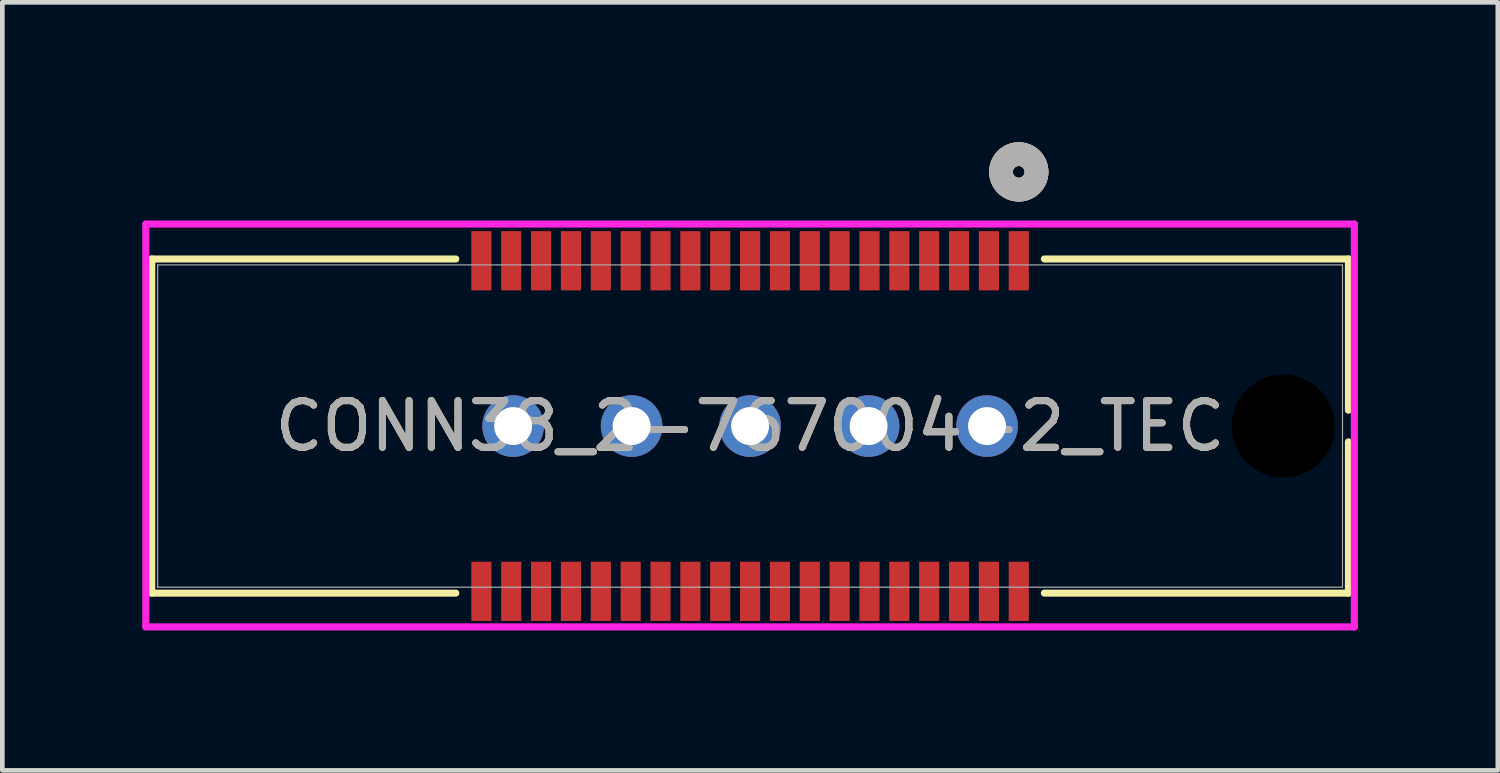
<source format=kicad_pcb>
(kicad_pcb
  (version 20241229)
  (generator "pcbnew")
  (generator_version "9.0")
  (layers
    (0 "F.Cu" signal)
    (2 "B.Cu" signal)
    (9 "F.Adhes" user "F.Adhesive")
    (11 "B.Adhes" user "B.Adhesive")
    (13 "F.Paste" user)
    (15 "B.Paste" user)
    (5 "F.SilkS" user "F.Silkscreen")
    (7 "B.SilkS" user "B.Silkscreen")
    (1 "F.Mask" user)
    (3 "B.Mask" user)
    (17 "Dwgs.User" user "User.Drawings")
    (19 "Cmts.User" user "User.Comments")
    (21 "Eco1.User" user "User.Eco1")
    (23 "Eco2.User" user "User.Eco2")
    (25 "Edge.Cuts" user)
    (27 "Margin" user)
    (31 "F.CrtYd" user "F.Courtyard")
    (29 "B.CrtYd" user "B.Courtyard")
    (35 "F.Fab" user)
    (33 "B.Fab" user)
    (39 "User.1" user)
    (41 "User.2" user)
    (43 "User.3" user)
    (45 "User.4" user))
  (footprint "CONN38_2-767004-2_TEC"
    (layer "F.Cu")
    (at 7.27 9.627)
    (property "Reference" "CONN38_2-767004-2_TEC" (at 5.76 -3.543 0) (unlocked yes) (layer "F.SilkS") (effects (font (size 1 1) (thickness 0.15))))
    (attr smd)
    (fp_line (start -7.067 -7.125) (end -7.067 0.038) (stroke (width 0.152) (type solid)) (layer "F.SilkS"))
    (fp_line (start -7.067 0.038) (end -0.549 0.038) (stroke (width 0.152) (type solid)) (layer "F.SilkS"))
    (fp_line (start -0.549 -7.125) (end -7.067 -7.125) (stroke (width 0.152) (type solid)) (layer "F.SilkS"))
    (fp_line (start 12.069 0.038) (end 18.587 0.038) (stroke (width 0.152) (type solid)) (layer "F.SilkS"))
    (fp_line (start 18.587 -7.125) (end 12.069 -7.125) (stroke (width 0.152) (type solid)) (layer "F.SilkS"))
    (fp_line (start 18.587 -3.883) (end 18.587 -7.125) (stroke (width 0.152) (type solid)) (layer "F.SilkS"))
    (fp_line (start 18.587 0.038) (end 18.587 -3.204) (stroke (width 0.152) (type solid)) (layer "F.SilkS"))
    (fp_circle (center 11.52 -8.992) (end 11.901 -8.992) (stroke (width 0.508) (type solid)) (fill no) (layer "F.SilkS"))
    (fp_circle (center 11.52 -8.992) (end 11.901 -8.992) (stroke (width 0.508) (type solid)) (fill no) (layer "B.SilkS"))
    (fp_line (start -7.194 -7.874) (end -7.194 0.762) (stroke (width 0.152) (type solid)) (layer "F.CrtYd"))
    (fp_line (start -7.194 0.762) (end 18.714 0.762) (stroke (width 0.152) (type solid)) (layer "F.CrtYd"))
    (fp_line (start 18.714 -7.874) (end -7.194 -7.874) (stroke (width 0.152) (type solid)) (layer "F.CrtYd"))
    (fp_line (start 18.714 0.762) (end 18.714 -7.874) (stroke (width 0.152) (type solid)) (layer "F.CrtYd"))
    (fp_line (start -6.94 -6.998) (end -6.94 -0.089) (stroke (width 0.025) (type solid)) (layer "F.Fab"))
    (fp_line (start -6.94 -0.089) (end 18.46 -0.089) (stroke (width 0.025) (type solid)) (layer "F.Fab"))
    (fp_line (start 18.46 -6.998) (end -6.94 -6.998) (stroke (width 0.025) (type solid)) (layer "F.Fab"))
    (fp_line (start 18.46 -0.089) (end 18.46 -6.998) (stroke (width 0.025) (type solid)) (layer "F.Fab"))
    (fp_circle (center 11.52 -8.992) (end 11.901 -8.992) (stroke (width 0.508) (type solid)) (fill no) (layer "F.Fab"))
    (fp_text user "${REFERENCE}" (at 5.76 -3.543 0) (unlocked yes) (layer "F.Fab") (effects (font (size 1 1) (thickness 0.15))))
    (pad "" np_thru_hole circle (at 17.19 -3.543) (size 2.21 2.21) (drill 2.21) (layers))
    (pad "1" smd rect (at 11.52 -7.087) (size 0.432 1.27) (layers "F.Cu" "F.Mask" "F.Paste"))
    (pad "2" smd rect (at 11.52 0) (size 0.432 1.27) (layers "F.Cu" "F.Mask" "F.Paste"))
    (pad "3" smd rect (at 10.88 -7.087) (size 0.432 1.27) (layers "F.Cu" "F.Mask" "F.Paste"))
    (pad "4" smd rect (at 10.88 0) (size 0.432 1.27) (layers "F.Cu" "F.Mask" "F.Paste"))
    (pad "5" smd rect (at 10.24 -7.087) (size 0.432 1.27) (layers "F.Cu" "F.Mask" "F.Paste"))
    (pad "6" smd rect (at 10.24 0) (size 0.432 1.27) (layers "F.Cu" "F.Mask" "F.Paste"))
    (pad "7" smd rect (at 9.6 -7.087) (size 0.432 1.27) (layers "F.Cu" "F.Mask" "F.Paste"))
    (pad "8" smd rect (at 9.6 0) (size 0.432 1.27) (layers "F.Cu" "F.Mask" "F.Paste"))
    (pad "9" smd rect (at 8.96 -7.087) (size 0.432 1.27) (layers "F.Cu" "F.Mask" "F.Paste"))
    (pad "10" smd rect (at 8.96 0) (size 0.432 1.27) (layers "F.Cu" "F.Mask" "F.Paste"))
    (pad "11" smd rect (at 8.32 -7.087) (size 0.432 1.27) (layers "F.Cu" "F.Mask" "F.Paste"))
    (pad "12" smd rect (at 8.32 0) (size 0.432 1.27) (layers "F.Cu" "F.Mask" "F.Paste"))
    (pad "13" smd rect (at 7.68 -7.087) (size 0.432 1.27) (layers "F.Cu" "F.Mask" "F.Paste"))
    (pad "14" smd rect (at 7.68 0) (size 0.432 1.27) (layers "F.Cu" "F.Mask" "F.Paste"))
    (pad "15" smd rect (at 7.04 -7.087) (size 0.432 1.27) (layers "F.Cu" "F.Mask" "F.Paste"))
    (pad "16" smd rect (at 7.04 0) (size 0.432 1.27) (layers "F.Cu" "F.Mask" "F.Paste"))
    (pad "17" smd rect (at 6.4 -7.087) (size 0.432 1.27) (layers "F.Cu" "F.Mask" "F.Paste"))
    (pad "18" smd rect (at 6.4 0) (size 0.432 1.27) (layers "F.Cu" "F.Mask" "F.Paste"))
    (pad "19" smd rect (at 5.76 -7.087) (size 0.432 1.27) (layers "F.Cu" "F.Mask" "F.Paste"))
    (pad "20" smd rect (at 5.76 0) (size 0.432 1.27) (layers "F.Cu" "F.Mask" "F.Paste"))
    (pad "21" smd rect (at 5.12 -7.087) (size 0.432 1.27) (layers "F.Cu" "F.Mask" "F.Paste"))
    (pad "22" smd rect (at 5.12 0) (size 0.432 1.27) (layers "F.Cu" "F.Mask" "F.Paste"))
    (pad "23" smd rect (at 4.48 -7.087) (size 0.432 1.27) (layers "F.Cu" "F.Mask" "F.Paste"))
    (pad "24" smd rect (at 4.48 0) (size 0.432 1.27) (layers "F.Cu" "F.Mask" "F.Paste"))
    (pad "25" smd rect (at 3.84 -7.087) (size 0.432 1.27) (layers "F.Cu" "F.Mask" "F.Paste"))
    (pad "26" smd rect (at 3.84 0) (size 0.432 1.27) (layers "F.Cu" "F.Mask" "F.Paste"))
    (pad "27" smd rect (at 3.2 -7.087) (size 0.432 1.27) (layers "F.Cu" "F.Mask" "F.Paste"))
    (pad "28" smd rect (at 3.2 0) (size 0.432 1.27) (layers "F.Cu" "F.Mask" "F.Paste"))
    (pad "29" smd rect (at 2.56 -7.087) (size 0.432 1.27) (layers "F.Cu" "F.Mask" "F.Paste"))
    (pad "30" smd rect (at 2.56 0) (size 0.432 1.27) (layers "F.Cu" "F.Mask" "F.Paste"))
    (pad "31" smd rect (at 1.92 -7.087) (size 0.432 1.27) (layers "F.Cu" "F.Mask" "F.Paste"))
    (pad "32" smd rect (at 1.92 0) (size 0.432 1.27) (layers "F.Cu" "F.Mask" "F.Paste"))
    (pad "33" smd rect (at 1.28 -7.087) (size 0.432 1.27) (layers "F.Cu" "F.Mask" "F.Paste"))
    (pad "34" smd rect (at 1.28 0) (size 0.432 1.27) (layers "F.Cu" "F.Mask" "F.Paste"))
    (pad "35" smd rect (at 0.64 -7.087) (size 0.432 1.27) (layers "F.Cu" "F.Mask" "F.Paste"))
    (pad "36" smd rect (at 0.64 0) (size 0.432 1.27) (layers "F.Cu" "F.Mask" "F.Paste"))
    (pad "37" smd rect (at 0.000001 -7.087) (size 0.432 1.27) (layers "F.Cu" "F.Mask" "F.Paste"))
    (pad "38" smd rect (at 0.000001 0) (size 0.432 1.27) (layers "F.Cu" "F.Mask" "F.Paste"))
    (pad "39" thru_hole circle (at 0.68 -3.543) (size 1.321 1.321) (drill 0.813) (layers "*.Cu" "*.Mask"))
    (pad "40" thru_hole circle (at 3.22 -3.543) (size 1.321 1.321) (drill 0.813) (layers "*.Cu" "*.Mask"))
    (pad "41" thru_hole circle (at 5.76 -3.543) (size 1.321 1.321) (drill 0.813) (layers "*.Cu" "*.Mask"))
    (pad "42" thru_hole circle (at 8.3 -3.543) (size 1.321 1.321) (drill 0.813) (layers "*.Cu" "*.Mask"))
    (pad "43" thru_hole circle (at 10.84 -3.543) (size 1.321 1.321) (drill 0.813) (layers "*.Cu" "*.Mask")))
  (gr_rect
    (start -3 -3)
    (end 29.06 13.465)
    (stroke (width 0.1) (type default))
    (fill no)
    (layer "Edge.Cuts")))
</source>
